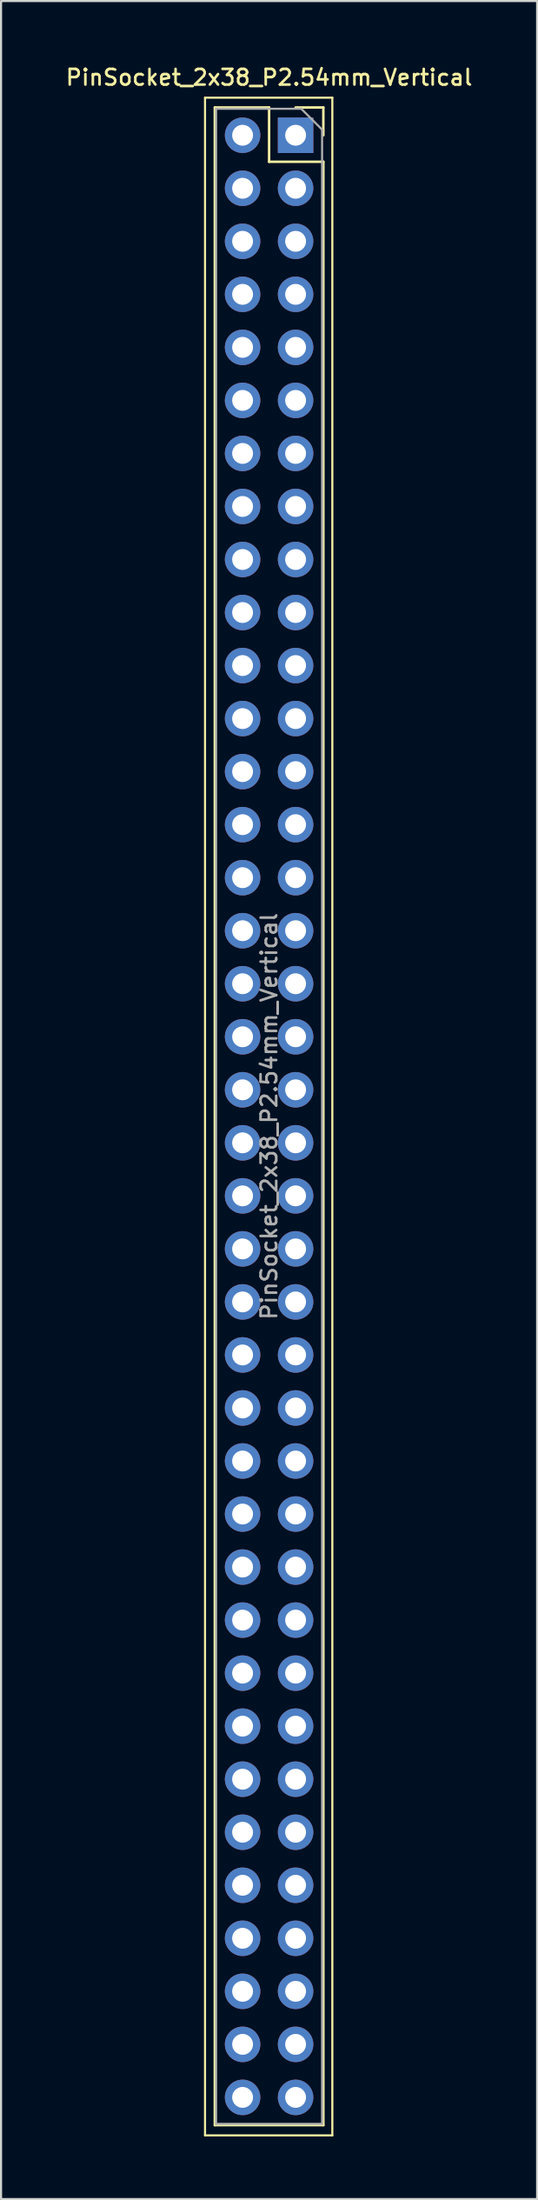
<source format=kicad_pcb>
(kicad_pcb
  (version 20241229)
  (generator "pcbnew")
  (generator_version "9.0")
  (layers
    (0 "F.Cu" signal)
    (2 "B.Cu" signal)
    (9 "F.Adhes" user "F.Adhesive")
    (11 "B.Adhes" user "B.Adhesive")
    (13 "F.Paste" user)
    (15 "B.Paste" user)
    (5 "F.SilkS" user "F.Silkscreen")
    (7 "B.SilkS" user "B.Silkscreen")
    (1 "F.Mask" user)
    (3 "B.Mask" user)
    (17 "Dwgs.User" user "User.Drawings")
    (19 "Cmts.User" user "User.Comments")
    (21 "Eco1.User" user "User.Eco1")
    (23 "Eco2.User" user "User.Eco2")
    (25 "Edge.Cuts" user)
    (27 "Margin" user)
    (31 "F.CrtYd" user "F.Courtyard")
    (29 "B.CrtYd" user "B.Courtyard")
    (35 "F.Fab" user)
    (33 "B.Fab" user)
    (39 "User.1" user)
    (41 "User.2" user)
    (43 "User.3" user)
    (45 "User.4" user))
  (footprint "PinSocket_2x38_P2.54mm_Vertical"
    (layer "F.Cu")
    (at 11.115 3.428)
    (property "Reference" "PinSocket_2x38_P2.54mm_Vertical" (at -1.27 -2.77 0) (layer "F.SilkS") (effects (font (size 0.75 0.75) (thickness 0.125))))
    (attr through_hole)
    (fp_line (start -4.34 -1.8) (end 1.76 -1.8) (stroke (width 0.1) (type solid)) (layer "F.SilkS"))
    (fp_line (start -4.34 95.8) (end -4.34 -1.8) (stroke (width 0.1) (type solid)) (layer "F.SilkS"))
    (fp_line (start -3.87 -1.33) (end -3.87 95.31) (stroke (width 0.12) (type solid)) (layer "F.SilkS"))
    (fp_line (start -3.87 -1.33) (end -1.27 -1.33) (stroke (width 0.12) (type solid)) (layer "F.SilkS"))
    (fp_line (start -3.87 95.31) (end 1.33 95.31) (stroke (width 0.12) (type solid)) (layer "F.SilkS"))
    (fp_line (start -1.27 -1.33) (end -1.27 1.27) (stroke (width 0.12) (type solid)) (layer "F.SilkS"))
    (fp_line (start -1.27 1.27) (end 1.33 1.27) (stroke (width 0.12) (type solid)) (layer "F.SilkS"))
    (fp_line (start 0 -1.33) (end 1.33 -1.33) (stroke (width 0.12) (type solid)) (layer "F.SilkS"))
    (fp_line (start 1.33 -1.33) (end 1.33 0) (stroke (width 0.12) (type solid)) (layer "F.SilkS"))
    (fp_line (start 1.33 1.27) (end 1.33 95.31) (stroke (width 0.12) (type solid)) (layer "F.SilkS"))
    (fp_line (start 1.76 -1.8) (end 1.76 95.8) (stroke (width 0.1) (type solid)) (layer "F.SilkS"))
    (fp_line (start 1.76 95.8) (end -4.34 95.8) (stroke (width 0.1) (type solid)) (layer "F.SilkS"))
    (fp_line (start -3.81 -1.27) (end 0.27 -1.27) (stroke (width 0.1) (type solid)) (layer "F.Fab"))
    (fp_line (start -3.81 95.25) (end -3.81 -1.27) (stroke (width 0.1) (type solid)) (layer "F.Fab"))
    (fp_line (start 0.27 -1.27) (end 1.27 -0.27) (stroke (width 0.1) (type solid)) (layer "F.Fab"))
    (fp_line (start 1.27 -0.27) (end 1.27 95.25) (stroke (width 0.1) (type solid)) (layer "F.Fab"))
    (fp_line (start 1.27 95.25) (end -3.81 95.25) (stroke (width 0.1) (type solid)) (layer "F.Fab"))
    (fp_text user "${REFERENCE}" (at -1.27 46.99 90) (layer "F.Fab") (effects (font (size 0.75 0.75) (thickness 0.125))))
    (pad "1" thru_hole rect (at 0 0) (size 1.7 1.7) (drill 1) (layers "*.Cu" "*.Mask"))
    (pad "2" thru_hole oval (at -2.54 0) (size 1.7 1.7) (drill 1) (layers "*.Cu" "*.Mask"))
    (pad "3" thru_hole oval (at 0 2.54) (size 1.7 1.7) (drill 1) (layers "*.Cu" "*.Mask"))
    (pad "4" thru_hole oval (at -2.54 2.54) (size 1.7 1.7) (drill 1) (layers "*.Cu" "*.Mask"))
    (pad "5" thru_hole oval (at 0 5.08) (size 1.7 1.7) (drill 1) (layers "*.Cu" "*.Mask"))
    (pad "6" thru_hole oval (at -2.54 5.08) (size 1.7 1.7) (drill 1) (layers "*.Cu" "*.Mask"))
    (pad "7" thru_hole oval (at 0 7.62) (size 1.7 1.7) (drill 1) (layers "*.Cu" "*.Mask"))
    (pad "8" thru_hole oval (at -2.54 7.62) (size 1.7 1.7) (drill 1) (layers "*.Cu" "*.Mask"))
    (pad "9" thru_hole oval (at 0 10.16) (size 1.7 1.7) (drill 1) (layers "*.Cu" "*.Mask"))
    (pad "10" thru_hole oval (at -2.54 10.16) (size 1.7 1.7) (drill 1) (layers "*.Cu" "*.Mask"))
    (pad "11" thru_hole oval (at 0 12.7) (size 1.7 1.7) (drill 1) (layers "*.Cu" "*.Mask"))
    (pad "12" thru_hole oval (at -2.54 12.7) (size 1.7 1.7) (drill 1) (layers "*.Cu" "*.Mask"))
    (pad "13" thru_hole oval (at 0 15.24) (size 1.7 1.7) (drill 1) (layers "*.Cu" "*.Mask"))
    (pad "14" thru_hole oval (at -2.54 15.24) (size 1.7 1.7) (drill 1) (layers "*.Cu" "*.Mask"))
    (pad "15" thru_hole oval (at 0 17.78) (size 1.7 1.7) (drill 1) (layers "*.Cu" "*.Mask"))
    (pad "16" thru_hole oval (at -2.54 17.78) (size 1.7 1.7) (drill 1) (layers "*.Cu" "*.Mask"))
    (pad "17" thru_hole oval (at 0 20.32) (size 1.7 1.7) (drill 1) (layers "*.Cu" "*.Mask"))
    (pad "18" thru_hole oval (at -2.54 20.32) (size 1.7 1.7) (drill 1) (layers "*.Cu" "*.Mask"))
    (pad "19" thru_hole oval (at 0 22.86) (size 1.7 1.7) (drill 1) (layers "*.Cu" "*.Mask"))
    (pad "20" thru_hole oval (at -2.54 22.86) (size 1.7 1.7) (drill 1) (layers "*.Cu" "*.Mask"))
    (pad "21" thru_hole oval (at 0 25.4) (size 1.7 1.7) (drill 1) (layers "*.Cu" "*.Mask"))
    (pad "22" thru_hole oval (at -2.54 25.4) (size 1.7 1.7) (drill 1) (layers "*.Cu" "*.Mask"))
    (pad "23" thru_hole oval (at 0 27.94) (size 1.7 1.7) (drill 1) (layers "*.Cu" "*.Mask"))
    (pad "24" thru_hole oval (at -2.54 27.94) (size 1.7 1.7) (drill 1) (layers "*.Cu" "*.Mask"))
    (pad "25" thru_hole oval (at 0 30.48) (size 1.7 1.7) (drill 1) (layers "*.Cu" "*.Mask"))
    (pad "26" thru_hole oval (at -2.54 30.48) (size 1.7 1.7) (drill 1) (layers "*.Cu" "*.Mask"))
    (pad "27" thru_hole oval (at 0 33.02) (size 1.7 1.7) (drill 1) (layers "*.Cu" "*.Mask"))
    (pad "28" thru_hole oval (at -2.54 33.02) (size 1.7 1.7) (drill 1) (layers "*.Cu" "*.Mask"))
    (pad "29" thru_hole oval (at 0 35.56) (size 1.7 1.7) (drill 1) (layers "*.Cu" "*.Mask"))
    (pad "30" thru_hole oval (at -2.54 35.56) (size 1.7 1.7) (drill 1) (layers "*.Cu" "*.Mask"))
    (pad "31" thru_hole oval (at 0 38.1) (size 1.7 1.7) (drill 1) (layers "*.Cu" "*.Mask"))
    (pad "32" thru_hole oval (at -2.54 38.1) (size 1.7 1.7) (drill 1) (layers "*.Cu" "*.Mask"))
    (pad "33" thru_hole oval (at 0 40.64) (size 1.7 1.7) (drill 1) (layers "*.Cu" "*.Mask"))
    (pad "34" thru_hole oval (at -2.54 40.64) (size 1.7 1.7) (drill 1) (layers "*.Cu" "*.Mask"))
    (pad "35" thru_hole oval (at 0 43.18) (size 1.7 1.7) (drill 1) (layers "*.Cu" "*.Mask"))
    (pad "36" thru_hole oval (at -2.54 43.18) (size 1.7 1.7) (drill 1) (layers "*.Cu" "*.Mask"))
    (pad "37" thru_hole oval (at 0 45.72) (size 1.7 1.7) (drill 1) (layers "*.Cu" "*.Mask"))
    (pad "38" thru_hole oval (at -2.54 45.72) (size 1.7 1.7) (drill 1) (layers "*.Cu" "*.Mask"))
    (pad "39" thru_hole oval (at 0 48.26) (size 1.7 1.7) (drill 1) (layers "*.Cu" "*.Mask"))
    (pad "40" thru_hole oval (at -2.54 48.26) (size 1.7 1.7) (drill 1) (layers "*.Cu" "*.Mask"))
    (pad "41" thru_hole oval (at 0 50.8) (size 1.7 1.7) (drill 1) (layers "*.Cu" "*.Mask"))
    (pad "42" thru_hole oval (at -2.54 50.8) (size 1.7 1.7) (drill 1) (layers "*.Cu" "*.Mask"))
    (pad "43" thru_hole oval (at 0 53.34) (size 1.7 1.7) (drill 1) (layers "*.Cu" "*.Mask"))
    (pad "44" thru_hole oval (at -2.54 53.34) (size 1.7 1.7) (drill 1) (layers "*.Cu" "*.Mask"))
    (pad "45" thru_hole oval (at 0 55.88) (size 1.7 1.7) (drill 1) (layers "*.Cu" "*.Mask"))
    (pad "46" thru_hole oval (at -2.54 55.88) (size 1.7 1.7) (drill 1) (layers "*.Cu" "*.Mask"))
    (pad "47" thru_hole oval (at 0 58.42) (size 1.7 1.7) (drill 1) (layers "*.Cu" "*.Mask"))
    (pad "48" thru_hole oval (at -2.54 58.42) (size 1.7 1.7) (drill 1) (layers "*.Cu" "*.Mask"))
    (pad "49" thru_hole oval (at 0 60.96) (size 1.7 1.7) (drill 1) (layers "*.Cu" "*.Mask"))
    (pad "50" thru_hole oval (at -2.54 60.96) (size 1.7 1.7) (drill 1) (layers "*.Cu" "*.Mask"))
    (pad "51" thru_hole oval (at 0 63.5) (size 1.7 1.7) (drill 1) (layers "*.Cu" "*.Mask"))
    (pad "52" thru_hole oval (at -2.54 63.5) (size 1.7 1.7) (drill 1) (layers "*.Cu" "*.Mask"))
    (pad "53" thru_hole oval (at 0 66.04) (size 1.7 1.7) (drill 1) (layers "*.Cu" "*.Mask"))
    (pad "54" thru_hole oval (at -2.54 66.04) (size 1.7 1.7) (drill 1) (layers "*.Cu" "*.Mask"))
    (pad "55" thru_hole oval (at 0 68.58) (size 1.7 1.7) (drill 1) (layers "*.Cu" "*.Mask"))
    (pad "56" thru_hole oval (at -2.54 68.58) (size 1.7 1.7) (drill 1) (layers "*.Cu" "*.Mask"))
    (pad "57" thru_hole oval (at 0 71.12) (size 1.7 1.7) (drill 1) (layers "*.Cu" "*.Mask"))
    (pad "58" thru_hole oval (at -2.54 71.12) (size 1.7 1.7) (drill 1) (layers "*.Cu" "*.Mask"))
    (pad "59" thru_hole oval (at 0 73.66) (size 1.7 1.7) (drill 1) (layers "*.Cu" "*.Mask"))
    (pad "60" thru_hole oval (at -2.54 73.66) (size 1.7 1.7) (drill 1) (layers "*.Cu" "*.Mask"))
    (pad "61" thru_hole oval (at 0 76.2) (size 1.7 1.7) (drill 1) (layers "*.Cu" "*.Mask"))
    (pad "62" thru_hole oval (at -2.54 76.2) (size 1.7 1.7) (drill 1) (layers "*.Cu" "*.Mask"))
    (pad "63" thru_hole oval (at 0 78.74) (size 1.7 1.7) (drill 1) (layers "*.Cu" "*.Mask"))
    (pad "64" thru_hole oval (at -2.54 78.74) (size 1.7 1.7) (drill 1) (layers "*.Cu" "*.Mask"))
    (pad "65" thru_hole oval (at 0 81.28) (size 1.7 1.7) (drill 1) (layers "*.Cu" "*.Mask"))
    (pad "66" thru_hole oval (at -2.54 81.28) (size 1.7 1.7) (drill 1) (layers "*.Cu" "*.Mask"))
    (pad "67" thru_hole oval (at 0 83.82) (size 1.7 1.7) (drill 1) (layers "*.Cu" "*.Mask"))
    (pad "68" thru_hole oval (at -2.54 83.82) (size 1.7 1.7) (drill 1) (layers "*.Cu" "*.Mask"))
    (pad "69" thru_hole oval (at 0 86.36) (size 1.7 1.7) (drill 1) (layers "*.Cu" "*.Mask"))
    (pad "70" thru_hole oval (at -2.54 86.36) (size 1.7 1.7) (drill 1) (layers "*.Cu" "*.Mask"))
    (pad "71" thru_hole oval (at 0 88.9) (size 1.7 1.7) (drill 1) (layers "*.Cu" "*.Mask"))
    (pad "72" thru_hole oval (at -2.54 88.9) (size 1.7 1.7) (drill 1) (layers "*.Cu" "*.Mask"))
    (pad "73" thru_hole oval (at 0 91.44) (size 1.7 1.7) (drill 1) (layers "*.Cu" "*.Mask"))
    (pad "74" thru_hole oval (at -2.54 91.44) (size 1.7 1.7) (drill 1) (layers "*.Cu" "*.Mask"))
    (pad "75" thru_hole oval (at 0 93.98) (size 1.7 1.7) (drill 1) (layers "*.Cu" "*.Mask"))
    (pad "76" thru_hole oval (at -2.54 93.98) (size 1.7 1.7) (drill 1) (layers "*.Cu" "*.Mask")))
  (gr_rect
    (start -3 -3)
    (end 22.689 102.278)
    (stroke (width 0.1) (type default))
    (fill no)
    (layer "Edge.Cuts")))
</source>
